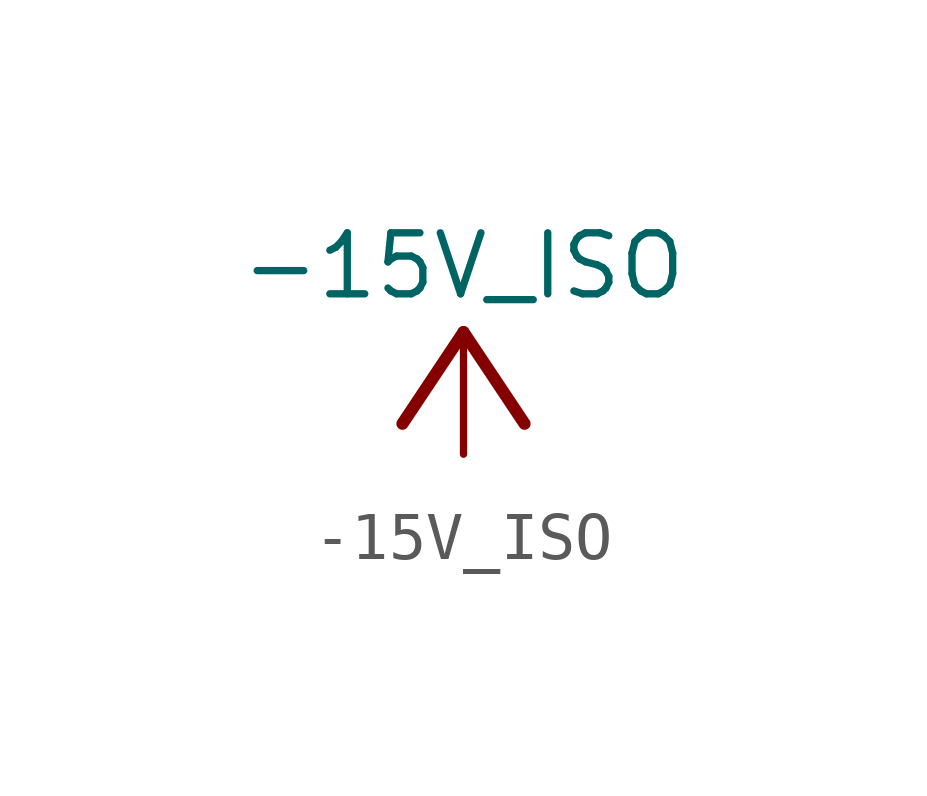
<source format=kicad_sym>
(kicad_symbol_lib
  (version 20241209)
  (generator "kicad_symbol_editor")
  (generator_version "9.0")
  (symbol "-15V_ISO"
    (power)
    (property "Reference" "#-15V_ISO"
      (at 0 0 0)
      (effects (font (size 1.27 1.27)) (hide yes)))
    (property "Value" "-15V_ISO"
      (at 0 3.175 0)
      (effects (font (size 1.27 1.27)) (justify bottom)))
    (property "ki_locked" ""
      (at 0 0 0)
      (effects (font (size 1.27 1.27))))
    (symbol "-15V_ISO_1_0"
      (polyline (pts (xy 0 2.54) (xy -1.27 0.635)) (stroke (width 0.254) (type solid)) (fill (type none)))
      (polyline (pts (xy 1.27 0.635) (xy 0 2.54)) (stroke (width 0.254) (type solid)) (fill (type none)))
      (pin power_in line (at 0 0 90) (length 2.54) (name "-15V_ISO" (effects (font (size 0 0)))) (number "1" (effects (font (size 0 0))))))))
</source>
